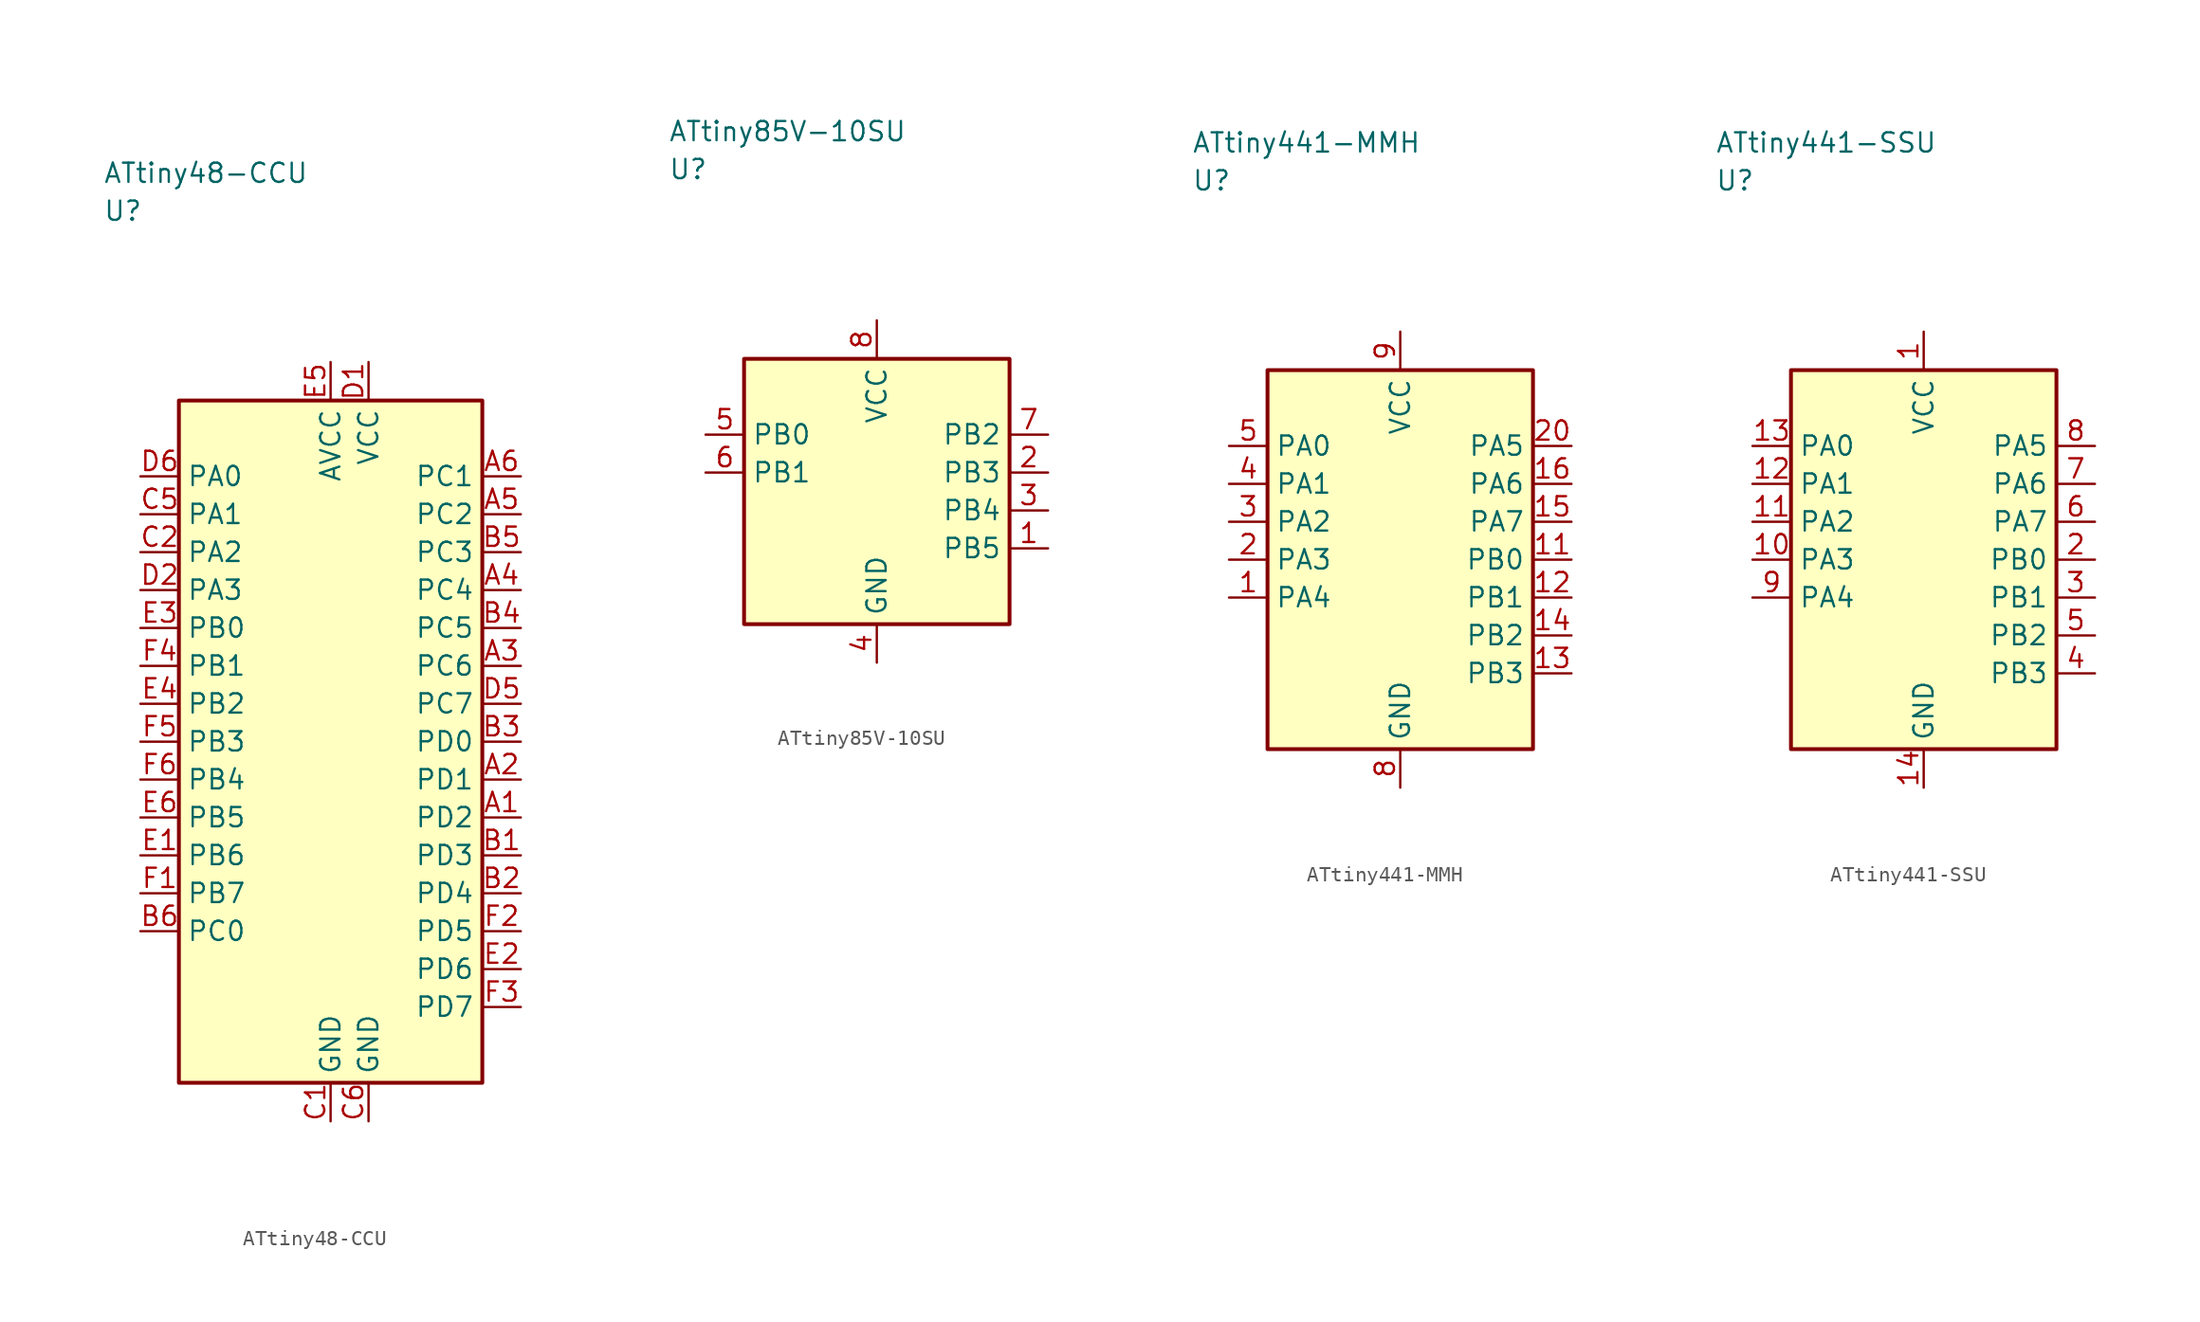
<source format=kicad_sym>
(kicad_symbol_lib
  (version 20241025)
  (generator "kicad_symbol_editor")
  (generator_version "8.0")
  (symbol "ATtiny48-CCU"
    (property "Reference" "U"
      (at -15.0 35.0 0)
      (effects (font (size 1.27 1.27)) (justify left)))
    (property "Value" "ATtiny48-CCU"
      (at -15.0 37.5 0)
      (effects (font (size 1.27 1.27)) (justify left)))
    (symbol "ATtiny48-CCU_0_1"
      (rectangle (start -10.0 22.5) (end 10.0 -22.5) (stroke (width 0.254) (type default)) (fill (type background))))
    (symbol "ATtiny48-CCU_1_1"
      (pin bidirectional line (at 12.54 -5.0 180.0) (length 2.54) (name "PD2" (effects (font (size 1.27 1.27)))) (number "A1" (effects (font (size 1.27 1.27)))))
      (pin bidirectional line (at 12.54 -7.5 180.0) (length 2.54) (name "PD3" (effects (font (size 1.27 1.27)))) (number "B1" (effects (font (size 1.27 1.27)))))
      (pin passive line (at 0.0 -25.04 90.0) (length 2.54) (name "GND" (effects (font (size 1.27 1.27)))) (number "C1" (effects (font (size 1.27 1.27)))))
      (pin power_in line (at 2.5 25.04 270.0) (length 2.54) (name "VCC" (effects (font (size 1.27 1.27)))) (number "D1" (effects (font (size 1.27 1.27)))))
      (pin bidirectional line (at -12.54 -7.5 0.0) (length 2.54) (name "PB6" (effects (font (size 1.27 1.27)))) (number "E1" (effects (font (size 1.27 1.27)))))
      (pin bidirectional line (at -12.54 -10.0 0.0) (length 2.54) (name "PB7" (effects (font (size 1.27 1.27)))) (number "F1" (effects (font (size 1.27 1.27)))))
      (pin bidirectional line (at 12.54 -2.5 180.0) (length 2.54) (name "PD1" (effects (font (size 1.27 1.27)))) (number "A2" (effects (font (size 1.27 1.27)))))
      (pin bidirectional line (at 12.54 -10.0 180.0) (length 2.54) (name "PD4" (effects (font (size 1.27 1.27)))) (number "B2" (effects (font (size 1.27 1.27)))))
      (pin bidirectional line (at -12.54 12.5 0.0) (length 2.54) (name "PA2" (effects (font (size 1.27 1.27)))) (number "C2" (effects (font (size 1.27 1.27)))))
      (pin bidirectional line (at -12.54 10.0 0.0) (length 2.54) (name "PA3" (effects (font (size 1.27 1.27)))) (number "D2" (effects (font (size 1.27 1.27)))))
      (pin bidirectional line (at 12.54 -15.0 180.0) (length 2.54) (name "PD6" (effects (font (size 1.27 1.27)))) (number "E2" (effects (font (size 1.27 1.27)))))
      (pin bidirectional line (at 12.54 -12.5 180.0) (length 2.54) (name "PD5" (effects (font (size 1.27 1.27)))) (number "F2" (effects (font (size 1.27 1.27)))))
      (pin bidirectional line (at 12.54 5.0 180.0) (length 2.54) (name "PC6" (effects (font (size 1.27 1.27)))) (number "A3" (effects (font (size 1.27 1.27)))))
      (pin bidirectional line (at 12.54 0.0 180.0) (length 2.54) (name "PD0" (effects (font (size 1.27 1.27)))) (number "B3" (effects (font (size 1.27 1.27)))))
      (pin bidirectional line (at -12.54 7.5 0.0) (length 2.54) (name "PB0" (effects (font (size 1.27 1.27)))) (number "E3" (effects (font (size 1.27 1.27)))))
      (pin bidirectional line (at 12.54 -17.5 180.0) (length 2.54) (name "PD7" (effects (font (size 1.27 1.27)))) (number "F3" (effects (font (size 1.27 1.27)))))
      (pin bidirectional line (at 12.54 10.0 180.0) (length 2.54) (name "PC4" (effects (font (size 1.27 1.27)))) (number "A4" (effects (font (size 1.27 1.27)))))
      (pin bidirectional line (at 12.54 7.5 180.0) (length 2.54) (name "PC5" (effects (font (size 1.27 1.27)))) (number "B4" (effects (font (size 1.27 1.27)))))
      (pin bidirectional line (at -12.54 2.5 0.0) (length 2.54) (name "PB2" (effects (font (size 1.27 1.27)))) (number "E4" (effects (font (size 1.27 1.27)))))
      (pin bidirectional line (at -12.54 5.0 0.0) (length 2.54) (name "PB1" (effects (font (size 1.27 1.27)))) (number "F4" (effects (font (size 1.27 1.27)))))
      (pin bidirectional line (at 12.54 15.0 180.0) (length 2.54) (name "PC2" (effects (font (size 1.27 1.27)))) (number "A5" (effects (font (size 1.27 1.27)))))
      (pin bidirectional line (at 12.54 12.5 180.0) (length 2.54) (name "PC3" (effects (font (size 1.27 1.27)))) (number "B5" (effects (font (size 1.27 1.27)))))
      (pin bidirectional line (at -12.54 15.0 0.0) (length 2.54) (name "PA1" (effects (font (size 1.27 1.27)))) (number "C5" (effects (font (size 1.27 1.27)))))
      (pin bidirectional line (at 12.54 2.5 180.0) (length 2.54) (name "PC7" (effects (font (size 1.27 1.27)))) (number "D5" (effects (font (size 1.27 1.27)))))
      (pin power_in line (at 0.0 25.04 270.0) (length 2.54) (name "AVCC" (effects (font (size 1.27 1.27)))) (number "E5" (effects (font (size 1.27 1.27)))))
      (pin bidirectional line (at -12.54 0.0 0.0) (length 2.54) (name "PB3" (effects (font (size 1.27 1.27)))) (number "F5" (effects (font (size 1.27 1.27)))))
      (pin bidirectional line (at 12.54 17.5 180.0) (length 2.54) (name "PC1" (effects (font (size 1.27 1.27)))) (number "A6" (effects (font (size 1.27 1.27)))))
      (pin bidirectional line (at -12.54 -12.5 0.0) (length 2.54) (name "PC0" (effects (font (size 1.27 1.27)))) (number "B6" (effects (font (size 1.27 1.27)))))
      (pin passive line (at 2.5 -25.04 90.0) (length 2.54) (name "GND" (effects (font (size 1.27 1.27)))) (number "C6" (effects (font (size 1.27 1.27)))))
      (pin bidirectional line (at -12.54 17.5 0.0) (length 2.54) (name "PA0" (effects (font (size 1.27 1.27)))) (number "D6" (effects (font (size 1.27 1.27)))))
      (pin bidirectional line (at -12.54 -5.0 0.0) (length 2.54) (name "PB5" (effects (font (size 1.27 1.27)))) (number "E6" (effects (font (size 1.27 1.27)))))
      (pin bidirectional line (at -12.54 -2.5 0.0) (length 2.54) (name "PB4" (effects (font (size 1.27 1.27)))) (number "F6" (effects (font (size 1.27 1.27)))))))
  (symbol "ATtiny85V-10SU"
    (property "Reference" "U"
      (at -13.75 21.25 0)
      (effects (font (size 1.27 1.27)) (justify left)))
    (property "Value" "ATtiny85V-10SU"
      (at -13.75 23.75 0)
      (effects (font (size 1.27 1.27)) (justify left)))
    (symbol "ATtiny85V-10SU_0_1"
      (rectangle (start -8.75 8.75) (end 8.75 -8.75) (stroke (width 0.254) (type default)) (fill (type background))))
    (symbol "ATtiny85V-10SU_1_1"
      (pin bidirectional line (at 11.29 -3.75 180.0) (length 2.54) (name "PB5" (effects (font (size 1.27 1.27)))) (number "1" (effects (font (size 1.27 1.27)))))
      (pin bidirectional line (at 11.29 1.25 180.0) (length 2.54) (name "PB3" (effects (font (size 1.27 1.27)))) (number "2" (effects (font (size 1.27 1.27)))))
      (pin bidirectional line (at 11.29 -1.25 180.0) (length 2.54) (name "PB4" (effects (font (size 1.27 1.27)))) (number "3" (effects (font (size 1.27 1.27)))))
      (pin passive line (at 0.0 -11.29 90.0) (length 2.54) (name "GND" (effects (font (size 1.27 1.27)))) (number "4" (effects (font (size 1.27 1.27)))))
      (pin bidirectional line (at -11.29 3.75 0.0) (length 2.54) (name "PB0" (effects (font (size 1.27 1.27)))) (number "5" (effects (font (size 1.27 1.27)))))
      (pin bidirectional line (at -11.29 1.25 0.0) (length 2.54) (name "PB1" (effects (font (size 1.27 1.27)))) (number "6" (effects (font (size 1.27 1.27)))))
      (pin bidirectional line (at 11.29 3.75 180.0) (length 2.54) (name "PB2" (effects (font (size 1.27 1.27)))) (number "7" (effects (font (size 1.27 1.27)))))
      (pin power_in line (at 0.0 11.29 270.0) (length 2.54) (name "VCC" (effects (font (size 1.27 1.27)))) (number "8" (effects (font (size 1.27 1.27)))))))
  (symbol "ATtiny441-MMH"
    (property "Reference" "U"
      (at -13.75 25.0 0)
      (effects (font (size 1.27 1.27)) (justify left)))
    (property "Value" "ATtiny441-MMH"
      (at -13.75 27.5 0)
      (effects (font (size 1.27 1.27)) (justify left)))
    (symbol "ATtiny441-MMH_0_1"
      (rectangle (start -8.75 12.5) (end 8.75 -12.5) (stroke (width 0.254) (type default)) (fill (type background))))
    (symbol "ATtiny441-MMH_1_1"
      (pin bidirectional line (at -11.29 -2.5 0.0) (length 2.54) (name "PA4" (effects (font (size 1.27 1.27)))) (number "1" (effects (font (size 1.27 1.27)))))
      (pin bidirectional line (at -11.29 0.0 0.0) (length 2.54) (name "PA3" (effects (font (size 1.27 1.27)))) (number "2" (effects (font (size 1.27 1.27)))))
      (pin bidirectional line (at -11.29 2.5 0.0) (length 2.54) (name "PA2" (effects (font (size 1.27 1.27)))) (number "3" (effects (font (size 1.27 1.27)))))
      (pin bidirectional line (at -11.29 5.0 0.0) (length 2.54) (name "PA1" (effects (font (size 1.27 1.27)))) (number "4" (effects (font (size 1.27 1.27)))))
      (pin bidirectional line (at -11.29 7.5 0.0) (length 2.54) (name "PA0" (effects (font (size 1.27 1.27)))) (number "5" (effects (font (size 1.27 1.27)))))
      (pin passive line (at 0.0 -15.04 90.0) (length 2.54) (name "GND" (effects (font (size 1.27 1.27)))) (number "8" (effects (font (size 1.27 1.27)))))
      (pin power_in line (at 0.0 15.04 270.0) (length 2.54) (name "VCC" (effects (font (size 1.27 1.27)))) (number "9" (effects (font (size 1.27 1.27)))))
      (pin bidirectional line (at 11.29 0.0 180.0) (length 2.54) (name "PB0" (effects (font (size 1.27 1.27)))) (number "11" (effects (font (size 1.27 1.27)))))
      (pin bidirectional line (at 11.29 -2.5 180.0) (length 2.54) (name "PB1" (effects (font (size 1.27 1.27)))) (number "12" (effects (font (size 1.27 1.27)))))
      (pin bidirectional line (at 11.29 -7.5 180.0) (length 2.54) (name "PB3" (effects (font (size 1.27 1.27)))) (number "13" (effects (font (size 1.27 1.27)))))
      (pin bidirectional line (at 11.29 -5.0 180.0) (length 2.54) (name "PB2" (effects (font (size 1.27 1.27)))) (number "14" (effects (font (size 1.27 1.27)))))
      (pin bidirectional line (at 11.29 2.5 180.0) (length 2.54) (name "PA7" (effects (font (size 1.27 1.27)))) (number "15" (effects (font (size 1.27 1.27)))))
      (pin bidirectional line (at 11.29 5.0 180.0) (length 2.54) (name "PA6" (effects (font (size 1.27 1.27)))) (number "16" (effects (font (size 1.27 1.27)))))
      (pin bidirectional line (at 11.29 7.5 180.0) (length 2.54) (name "PA5" (effects (font (size 1.27 1.27)))) (number "20" (effects (font (size 1.27 1.27)))))))
  (symbol "ATtiny441-SSU"
    (property "Reference" "U"
      (at -13.75 25.0 0)
      (effects (font (size 1.27 1.27)) (justify left)))
    (property "Value" "ATtiny441-SSU"
      (at -13.75 27.5 0)
      (effects (font (size 1.27 1.27)) (justify left)))
    (symbol "ATtiny441-SSU_0_1"
      (rectangle (start -8.75 12.5) (end 8.75 -12.5) (stroke (width 0.254) (type default)) (fill (type background))))
    (symbol "ATtiny441-SSU_1_1"
      (pin passive line (at 0.0 -15.04 90.0) (length 2.54) (name "GND" (effects (font (size 1.27 1.27)))) (number "14" (effects (font (size 1.27 1.27)))))
      (pin bidirectional line (at -11.29 7.5 0.0) (length 2.54) (name "PA0" (effects (font (size 1.27 1.27)))) (number "13" (effects (font (size 1.27 1.27)))))
      (pin bidirectional line (at -11.29 5.0 0.0) (length 2.54) (name "PA1" (effects (font (size 1.27 1.27)))) (number "12" (effects (font (size 1.27 1.27)))))
      (pin bidirectional line (at -11.29 2.5 0.0) (length 2.54) (name "PA2" (effects (font (size 1.27 1.27)))) (number "11" (effects (font (size 1.27 1.27)))))
      (pin bidirectional line (at -11.29 0.0 0.0) (length 2.54) (name "PA3" (effects (font (size 1.27 1.27)))) (number "10" (effects (font (size 1.27 1.27)))))
      (pin bidirectional line (at -11.29 -2.5 0.0) (length 2.54) (name "PA4" (effects (font (size 1.27 1.27)))) (number "9" (effects (font (size 1.27 1.27)))))
      (pin bidirectional line (at 11.29 7.5 180.0) (length 2.54) (name "PA5" (effects (font (size 1.27 1.27)))) (number "8" (effects (font (size 1.27 1.27)))))
      (pin bidirectional line (at 11.29 5.0 180.0) (length 2.54) (name "PA6" (effects (font (size 1.27 1.27)))) (number "7" (effects (font (size 1.27 1.27)))))
      (pin bidirectional line (at 11.29 2.5 180.0) (length 2.54) (name "PA7" (effects (font (size 1.27 1.27)))) (number "6" (effects (font (size 1.27 1.27)))))
      (pin bidirectional line (at 11.29 -5.0 180.0) (length 2.54) (name "PB2" (effects (font (size 1.27 1.27)))) (number "5" (effects (font (size 1.27 1.27)))))
      (pin bidirectional line (at 11.29 -7.5 180.0) (length 2.54) (name "PB3" (effects (font (size 1.27 1.27)))) (number "4" (effects (font (size 1.27 1.27)))))
      (pin bidirectional line (at 11.29 -2.5 180.0) (length 2.54) (name "PB1" (effects (font (size 1.27 1.27)))) (number "3" (effects (font (size 1.27 1.27)))))
      (pin bidirectional line (at 11.29 0.0 180.0) (length 2.54) (name "PB0" (effects (font (size 1.27 1.27)))) (number "2" (effects (font (size 1.27 1.27)))))
      (pin power_in line (at 0.0 15.04 270.0) (length 2.54) (name "VCC" (effects (font (size 1.27 1.27)))) (number "1" (effects (font (size 1.27 1.27))))))))
</source>
